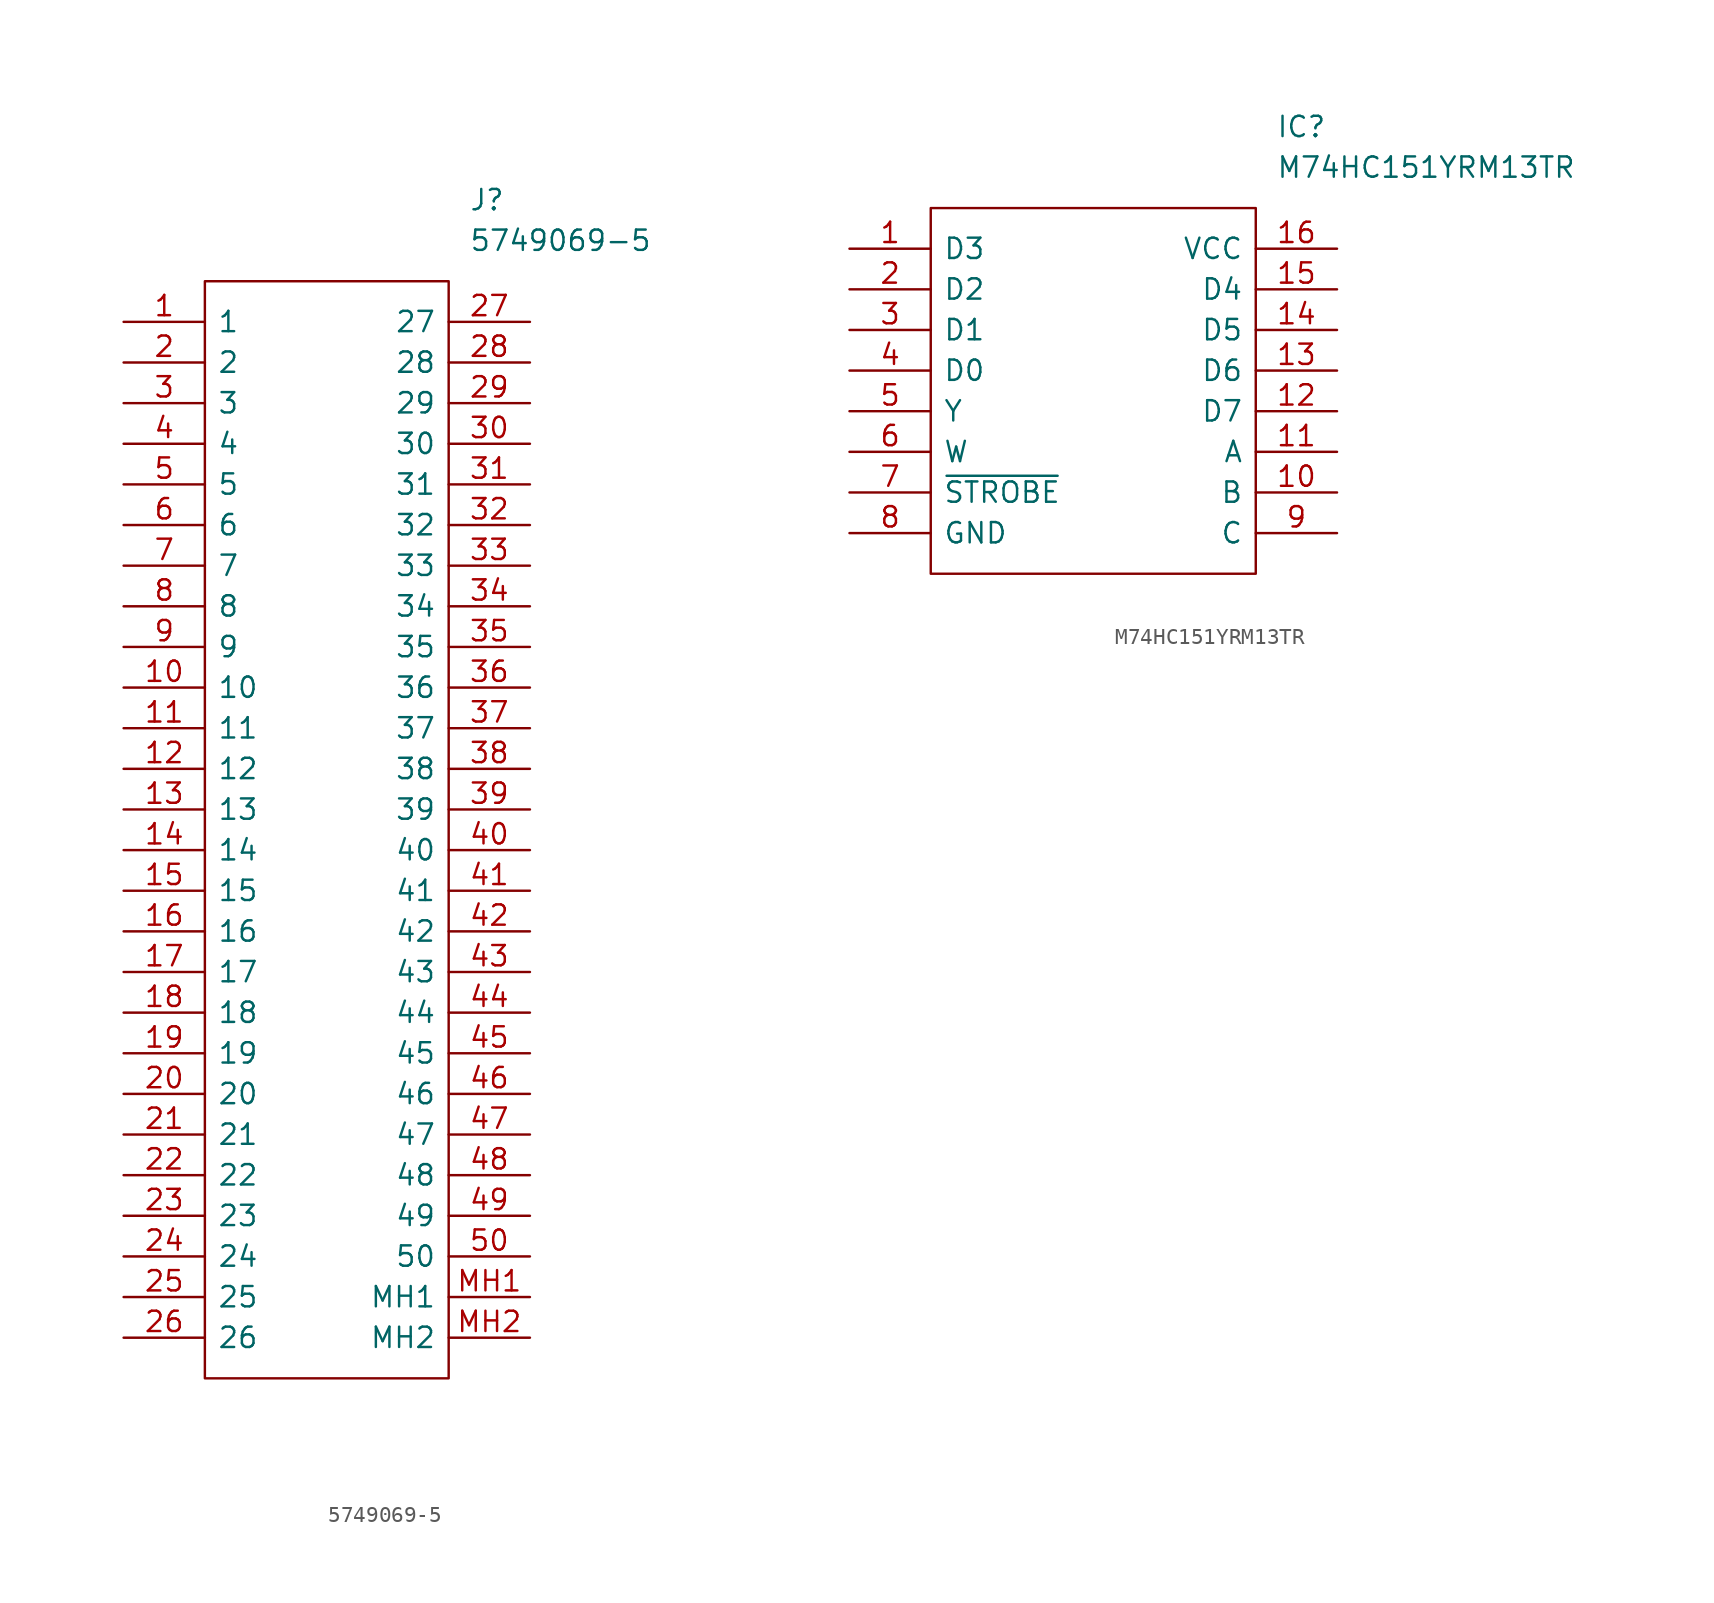
<source format=kicad_sym>
(kicad_symbol_lib
  (version 20211014)
  (generator kicad_symbol_editor)
  (symbol "5749069-5"
    (pin_names
      (offset 0.762))
    (property "Reference" "J"
      (at 21.59 7.62 0)
      (effects (font (size 1.27 1.27)) (justify left)))
    (property "Value" "5749069-5"
      (at 21.59 5.08 0)
      (effects (font (size 1.27 1.27)) (justify left)))
    (symbol "5749069-5_0_0"
      (pin passive line (at 0 0 0) (length 5.08) (name "1" (effects (font (size 1.27 1.27)))) (number "1" (effects (font (size 1.27 1.27)))))
      (pin passive line (at 0 -22.86 0) (length 5.08) (name "10" (effects (font (size 1.27 1.27)))) (number "10" (effects (font (size 1.27 1.27)))))
      (pin passive line (at 0 -25.4 0) (length 5.08) (name "11" (effects (font (size 1.27 1.27)))) (number "11" (effects (font (size 1.27 1.27)))))
      (pin passive line (at 0 -27.94 0) (length 5.08) (name "12" (effects (font (size 1.27 1.27)))) (number "12" (effects (font (size 1.27 1.27)))))
      (pin passive line (at 0 -30.48 0) (length 5.08) (name "13" (effects (font (size 1.27 1.27)))) (number "13" (effects (font (size 1.27 1.27)))))
      (pin passive line (at 0 -33.02 0) (length 5.08) (name "14" (effects (font (size 1.27 1.27)))) (number "14" (effects (font (size 1.27 1.27)))))
      (pin passive line (at 0 -35.56 0) (length 5.08) (name "15" (effects (font (size 1.27 1.27)))) (number "15" (effects (font (size 1.27 1.27)))))
      (pin passive line (at 0 -38.1 0) (length 5.08) (name "16" (effects (font (size 1.27 1.27)))) (number "16" (effects (font (size 1.27 1.27)))))
      (pin passive line (at 0 -40.64 0) (length 5.08) (name "17" (effects (font (size 1.27 1.27)))) (number "17" (effects (font (size 1.27 1.27)))))
      (pin passive line (at 0 -43.18 0) (length 5.08) (name "18" (effects (font (size 1.27 1.27)))) (number "18" (effects (font (size 1.27 1.27)))))
      (pin passive line (at 0 -45.72 0) (length 5.08) (name "19" (effects (font (size 1.27 1.27)))) (number "19" (effects (font (size 1.27 1.27)))))
      (pin passive line (at 0 -2.54 0) (length 5.08) (name "2" (effects (font (size 1.27 1.27)))) (number "2" (effects (font (size 1.27 1.27)))))
      (pin passive line (at 0 -48.26 0) (length 5.08) (name "20" (effects (font (size 1.27 1.27)))) (number "20" (effects (font (size 1.27 1.27)))))
      (pin passive line (at 0 -50.8 0) (length 5.08) (name "21" (effects (font (size 1.27 1.27)))) (number "21" (effects (font (size 1.27 1.27)))))
      (pin passive line (at 0 -53.34 0) (length 5.08) (name "22" (effects (font (size 1.27 1.27)))) (number "22" (effects (font (size 1.27 1.27)))))
      (pin passive line (at 0 -55.88 0) (length 5.08) (name "23" (effects (font (size 1.27 1.27)))) (number "23" (effects (font (size 1.27 1.27)))))
      (pin passive line (at 0 -58.42 0) (length 5.08) (name "24" (effects (font (size 1.27 1.27)))) (number "24" (effects (font (size 1.27 1.27)))))
      (pin passive line (at 0 -60.96 0) (length 5.08) (name "25" (effects (font (size 1.27 1.27)))) (number "25" (effects (font (size 1.27 1.27)))))
      (pin passive line (at 0 -63.5 0) (length 5.08) (name "26" (effects (font (size 1.27 1.27)))) (number "26" (effects (font (size 1.27 1.27)))))
      (pin passive line (at 25.4 0 180) (length 5.08) (name "27" (effects (font (size 1.27 1.27)))) (number "27" (effects (font (size 1.27 1.27)))))
      (pin passive line (at 25.4 -2.54 180) (length 5.08) (name "28" (effects (font (size 1.27 1.27)))) (number "28" (effects (font (size 1.27 1.27)))))
      (pin passive line (at 25.4 -5.08 180) (length 5.08) (name "29" (effects (font (size 1.27 1.27)))) (number "29" (effects (font (size 1.27 1.27)))))
      (pin passive line (at 0 -5.08 0) (length 5.08) (name "3" (effects (font (size 1.27 1.27)))) (number "3" (effects (font (size 1.27 1.27)))))
      (pin passive line (at 25.4 -7.62 180) (length 5.08) (name "30" (effects (font (size 1.27 1.27)))) (number "30" (effects (font (size 1.27 1.27)))))
      (pin passive line (at 25.4 -10.16 180) (length 5.08) (name "31" (effects (font (size 1.27 1.27)))) (number "31" (effects (font (size 1.27 1.27)))))
      (pin passive line (at 25.4 -12.7 180) (length 5.08) (name "32" (effects (font (size 1.27 1.27)))) (number "32" (effects (font (size 1.27 1.27)))))
      (pin passive line (at 25.4 -15.24 180) (length 5.08) (name "33" (effects (font (size 1.27 1.27)))) (number "33" (effects (font (size 1.27 1.27)))))
      (pin passive line (at 25.4 -17.78 180) (length 5.08) (name "34" (effects (font (size 1.27 1.27)))) (number "34" (effects (font (size 1.27 1.27)))))
      (pin passive line (at 25.4 -20.32 180) (length 5.08) (name "35" (effects (font (size 1.27 1.27)))) (number "35" (effects (font (size 1.27 1.27)))))
      (pin passive line (at 25.4 -22.86 180) (length 5.08) (name "36" (effects (font (size 1.27 1.27)))) (number "36" (effects (font (size 1.27 1.27)))))
      (pin passive line (at 25.4 -25.4 180) (length 5.08) (name "37" (effects (font (size 1.27 1.27)))) (number "37" (effects (font (size 1.27 1.27)))))
      (pin passive line (at 25.4 -27.94 180) (length 5.08) (name "38" (effects (font (size 1.27 1.27)))) (number "38" (effects (font (size 1.27 1.27)))))
      (pin passive line (at 25.4 -30.48 180) (length 5.08) (name "39" (effects (font (size 1.27 1.27)))) (number "39" (effects (font (size 1.27 1.27)))))
      (pin passive line (at 0 -7.62 0) (length 5.08) (name "4" (effects (font (size 1.27 1.27)))) (number "4" (effects (font (size 1.27 1.27)))))
      (pin passive line (at 25.4 -33.02 180) (length 5.08) (name "40" (effects (font (size 1.27 1.27)))) (number "40" (effects (font (size 1.27 1.27)))))
      (pin passive line (at 25.4 -35.56 180) (length 5.08) (name "41" (effects (font (size 1.27 1.27)))) (number "41" (effects (font (size 1.27 1.27)))))
      (pin passive line (at 25.4 -38.1 180) (length 5.08) (name "42" (effects (font (size 1.27 1.27)))) (number "42" (effects (font (size 1.27 1.27)))))
      (pin passive line (at 25.4 -40.64 180) (length 5.08) (name "43" (effects (font (size 1.27 1.27)))) (number "43" (effects (font (size 1.27 1.27)))))
      (pin passive line (at 25.4 -43.18 180) (length 5.08) (name "44" (effects (font (size 1.27 1.27)))) (number "44" (effects (font (size 1.27 1.27)))))
      (pin passive line (at 25.4 -45.72 180) (length 5.08) (name "45" (effects (font (size 1.27 1.27)))) (number "45" (effects (font (size 1.27 1.27)))))
      (pin passive line (at 25.4 -48.26 180) (length 5.08) (name "46" (effects (font (size 1.27 1.27)))) (number "46" (effects (font (size 1.27 1.27)))))
      (pin passive line (at 25.4 -50.8 180) (length 5.08) (name "47" (effects (font (size 1.27 1.27)))) (number "47" (effects (font (size 1.27 1.27)))))
      (pin passive line (at 25.4 -53.34 180) (length 5.08) (name "48" (effects (font (size 1.27 1.27)))) (number "48" (effects (font (size 1.27 1.27)))))
      (pin passive line (at 25.4 -55.88 180) (length 5.08) (name "49" (effects (font (size 1.27 1.27)))) (number "49" (effects (font (size 1.27 1.27)))))
      (pin passive line (at 0 -10.16 0) (length 5.08) (name "5" (effects (font (size 1.27 1.27)))) (number "5" (effects (font (size 1.27 1.27)))))
      (pin passive line (at 25.4 -58.42 180) (length 5.08) (name "50" (effects (font (size 1.27 1.27)))) (number "50" (effects (font (size 1.27 1.27)))))
      (pin passive line (at 0 -12.7 0) (length 5.08) (name "6" (effects (font (size 1.27 1.27)))) (number "6" (effects (font (size 1.27 1.27)))))
      (pin passive line (at 0 -15.24 0) (length 5.08) (name "7" (effects (font (size 1.27 1.27)))) (number "7" (effects (font (size 1.27 1.27)))))
      (pin passive line (at 0 -17.78 0) (length 5.08) (name "8" (effects (font (size 1.27 1.27)))) (number "8" (effects (font (size 1.27 1.27)))))
      (pin passive line (at 0 -20.32 0) (length 5.08) (name "9" (effects (font (size 1.27 1.27)))) (number "9" (effects (font (size 1.27 1.27)))))
      (pin passive line (at 25.4 -60.96 180) (length 5.08) (name "MH1" (effects (font (size 1.27 1.27)))) (number "MH1" (effects (font (size 1.27 1.27)))))
      (pin passive line (at 25.4 -63.5 180) (length 5.08) (name "MH2" (effects (font (size 1.27 1.27)))) (number "MH2" (effects (font (size 1.27 1.27))))))
    (symbol "5749069-5_0_1"
      (polyline (pts (xy 5.08 2.54) (xy 20.32 2.54) (xy 20.32 -66.04) (xy 5.08 -66.04) (xy 5.08 2.54)) (stroke (width 0.152) (type default) (color 0 0 0 0)) (fill (type none)))))
  (symbol "M74HC151YRM13TR"
    (pin_names
      (offset 0.762))
    (property "Reference" "IC"
      (at 26.67 7.62 0)
      (effects (font (size 1.27 1.27)) (justify left)))
    (property "Value" "M74HC151YRM13TR"
      (at 26.67 5.08 0)
      (effects (font (size 1.27 1.27)) (justify left)))
    (symbol "M74HC151YRM13TR_0_0"
      (pin passive line (at 0 0 0) (length 5.08) (name "D3" (effects (font (size 1.27 1.27)))) (number "1" (effects (font (size 1.27 1.27)))))
      (pin passive line (at 30.48 -15.24 180) (length 5.08) (name "B" (effects (font (size 1.27 1.27)))) (number "10" (effects (font (size 1.27 1.27)))))
      (pin passive line (at 30.48 -12.7 180) (length 5.08) (name "A" (effects (font (size 1.27 1.27)))) (number "11" (effects (font (size 1.27 1.27)))))
      (pin passive line (at 30.48 -10.16 180) (length 5.08) (name "D7" (effects (font (size 1.27 1.27)))) (number "12" (effects (font (size 1.27 1.27)))))
      (pin passive line (at 30.48 -7.62 180) (length 5.08) (name "D6" (effects (font (size 1.27 1.27)))) (number "13" (effects (font (size 1.27 1.27)))))
      (pin passive line (at 30.48 -5.08 180) (length 5.08) (name "D5" (effects (font (size 1.27 1.27)))) (number "14" (effects (font (size 1.27 1.27)))))
      (pin passive line (at 30.48 -2.54 180) (length 5.08) (name "D4" (effects (font (size 1.27 1.27)))) (number "15" (effects (font (size 1.27 1.27)))))
      (pin passive line (at 30.48 0 180) (length 5.08) (name "VCC" (effects (font (size 1.27 1.27)))) (number "16" (effects (font (size 1.27 1.27)))))
      (pin passive line (at 0 -2.54 0) (length 5.08) (name "D2" (effects (font (size 1.27 1.27)))) (number "2" (effects (font (size 1.27 1.27)))))
      (pin passive line (at 0 -5.08 0) (length 5.08) (name "D1" (effects (font (size 1.27 1.27)))) (number "3" (effects (font (size 1.27 1.27)))))
      (pin passive line (at 0 -7.62 0) (length 5.08) (name "D0" (effects (font (size 1.27 1.27)))) (number "4" (effects (font (size 1.27 1.27)))))
      (pin passive line (at 0 -10.16 0) (length 5.08) (name "Y" (effects (font (size 1.27 1.27)))) (number "5" (effects (font (size 1.27 1.27)))))
      (pin passive line (at 0 -12.7 0) (length 5.08) (name "W" (effects (font (size 1.27 1.27)))) (number "6" (effects (font (size 1.27 1.27)))))
      (pin passive line (at 0 -15.24 0) (length 5.08) (name "~{STROBE}" (effects (font (size 1.27 1.27)))) (number "7" (effects (font (size 1.27 1.27)))))
      (pin passive line (at 0 -17.78 0) (length 5.08) (name "GND" (effects (font (size 1.27 1.27)))) (number "8" (effects (font (size 1.27 1.27)))))
      (pin passive line (at 30.48 -17.78 180) (length 5.08) (name "C" (effects (font (size 1.27 1.27)))) (number "9" (effects (font (size 1.27 1.27))))))
    (symbol "M74HC151YRM13TR_0_1"
      (polyline (pts (xy 5.08 2.54) (xy 25.4 2.54) (xy 25.4 -20.32) (xy 5.08 -20.32) (xy 5.08 2.54)) (stroke (width 0.152) (type default) (color 0 0 0 0)) (fill (type none))))))
</source>
